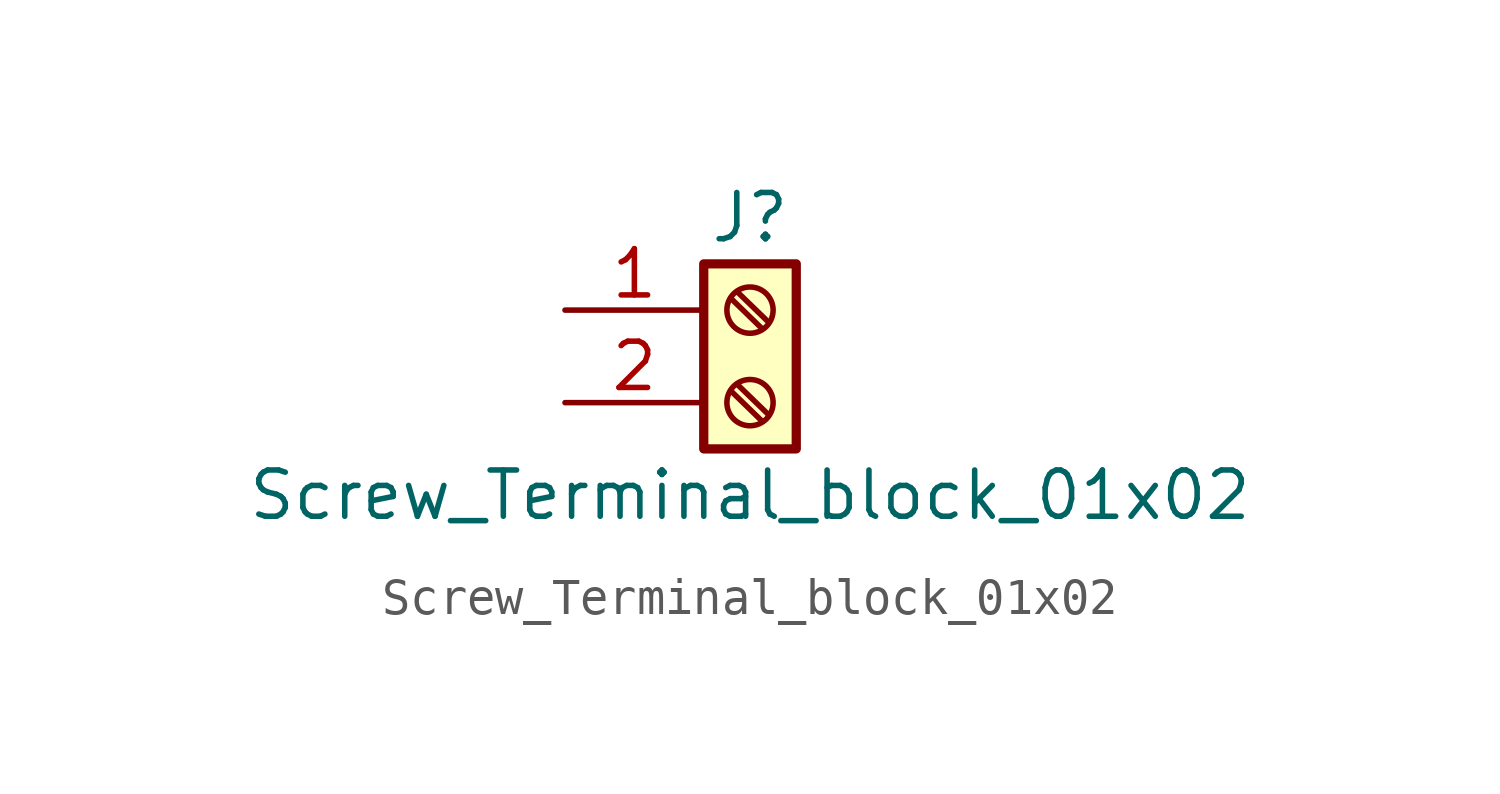
<source format=kicad_sym>
(kicad_symbol_lib
  (version 20211014)
  (generator kicad_symbol_editor)
  (symbol "Screw_Terminal_block_01x02"
    (pin_names
      (offset 1.016) hide)
    (property "Reference" "J"
      (at 0 2.54 0)
      (effects (font (size 1.27 1.27))))
    (property "Value" "Screw_Terminal_block_01x02"
      (at 0 -5.08 0)
      (effects (font (size 1.27 1.27))))
    (symbol "Screw_Terminal_block_01x02_1_1"
      (rectangle (start -1.27 1.27) (end 1.27 -3.81) (stroke (width 0.254) (type default) (color 0 0 0 0)) (fill (type background)))
      (circle (center 0 -2.54) (radius 0.635) (stroke (width 0.152) (type default) (color 0 0 0 0)) (fill (type none)))
      (polyline (pts (xy -0.533 -2.21) (xy 0.33 -3.048)) (stroke (width 0.152) (type default) (color 0 0 0 0)) (fill (type none)))
      (polyline (pts (xy -0.533 0.33) (xy 0.33 -0.508)) (stroke (width 0.152) (type default) (color 0 0 0 0)) (fill (type none)))
      (polyline (pts (xy -0.356 -2.032) (xy 0.508 -2.87)) (stroke (width 0.152) (type default) (color 0 0 0 0)) (fill (type none)))
      (polyline (pts (xy -0.356 0.508) (xy 0.508 -0.33)) (stroke (width 0.152) (type default) (color 0 0 0 0)) (fill (type none)))
      (circle (center 0 0) (radius 0.635) (stroke (width 0.152) (type default) (color 0 0 0 0)) (fill (type none)))
      (pin passive line (at -5.08 0 0) (length 3.81) (name "Pin_1" (effects (font (size 1.27 1.27)))) (number "1" (effects (font (size 1.27 1.27)))))
      (pin passive line (at -5.08 -2.54 0) (length 3.81) (name "Pin_2" (effects (font (size 1.27 1.27)))) (number "2" (effects (font (size 1.27 1.27))))))))
</source>
